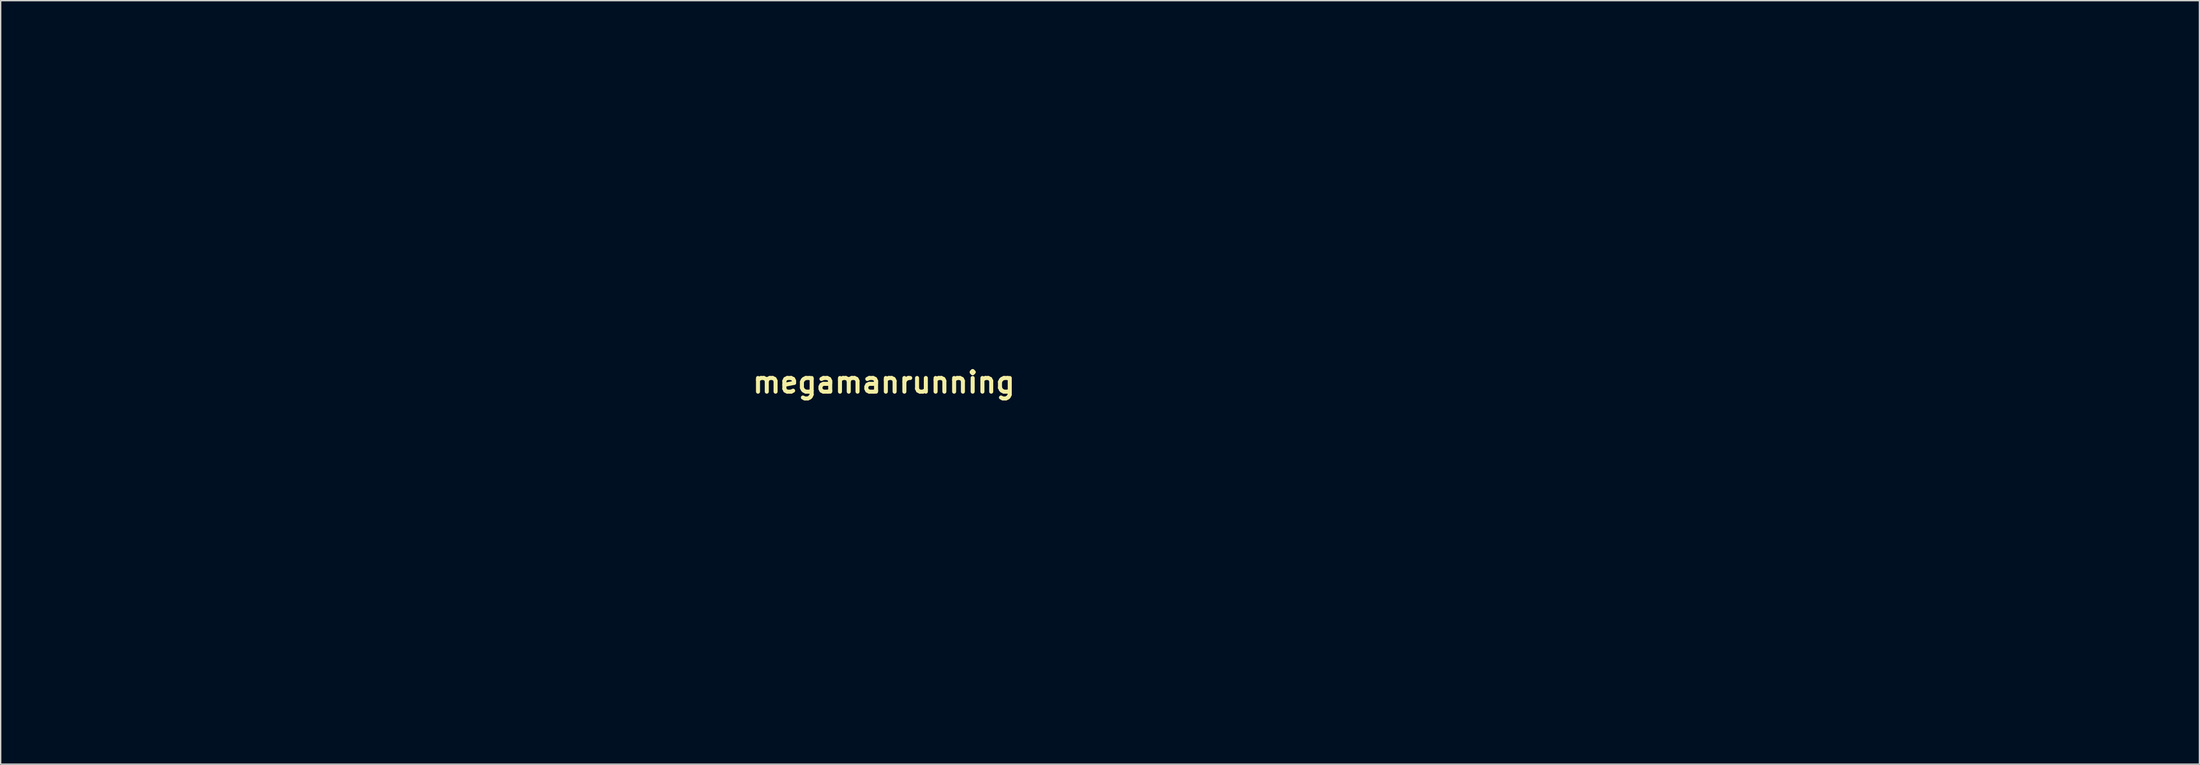
<source format=kicad_pcb>
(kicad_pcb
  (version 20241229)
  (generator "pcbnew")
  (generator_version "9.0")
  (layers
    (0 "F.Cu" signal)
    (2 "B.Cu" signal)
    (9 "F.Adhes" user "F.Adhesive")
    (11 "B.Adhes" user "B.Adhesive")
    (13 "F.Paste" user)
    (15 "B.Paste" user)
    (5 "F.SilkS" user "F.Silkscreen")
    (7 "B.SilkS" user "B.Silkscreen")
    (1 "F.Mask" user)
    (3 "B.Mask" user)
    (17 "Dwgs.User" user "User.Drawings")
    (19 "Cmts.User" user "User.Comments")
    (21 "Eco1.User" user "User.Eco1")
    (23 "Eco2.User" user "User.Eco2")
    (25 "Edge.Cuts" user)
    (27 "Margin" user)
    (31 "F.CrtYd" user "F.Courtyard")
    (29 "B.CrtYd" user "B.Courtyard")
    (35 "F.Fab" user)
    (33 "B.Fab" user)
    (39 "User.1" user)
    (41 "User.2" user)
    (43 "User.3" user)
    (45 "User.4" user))
  (footprint "megamanrunning"
    (layer "F.Cu")
    (at 62.689 25.4)
    (property "Reference" "megamanrunning" (at 0 0 0) (layer "F.SilkS") (effects (font (size 1.524 1.524) (thickness 0.3))))
    (attr board_only exclude_from_pos_files exclude_from_bom)
    (fp_poly (pts (xy -55.934 6.35) (xy -56.069 6.485) (xy -56.204 6.35) (xy -56.069 6.215)) (stroke (width 0) (type solid)) (fill yes) (layer "F.Mask"))
    (fp_poly (pts (xy -53.772 -14.727) (xy -53.907 -14.591) (xy -54.043 -14.727) (xy -53.907 -14.862)) (stroke (width 0) (type solid)) (fill yes) (layer "F.Mask"))
    (fp_poly (pts (xy -50.53 5.81) (xy -50.665 5.945) (xy -50.8 5.81) (xy -50.665 5.674)) (stroke (width 0) (type solid)) (fill yes) (layer "F.Mask"))
    (fp_poly (pts (xy -47.557 -2.027) (xy -47.693 -1.891) (xy -47.828 -2.027) (xy -47.693 -2.162)) (stroke (width 0) (type solid)) (fill yes) (layer "F.Mask"))
    (fp_poly (pts (xy -46.747 -2.027) (xy -46.882 -1.891) (xy -47.017 -2.027) (xy -46.882 -2.162)) (stroke (width 0) (type solid)) (fill yes) (layer "F.Mask"))
    (fp_poly (pts (xy -46.206 -2.027) (xy -46.341 -1.891) (xy -46.477 -2.027) (xy -46.341 -2.162)) (stroke (width 0) (type solid)) (fill yes) (layer "F.Mask"))
    (fp_poly (pts (xy -46.206 -1.486) (xy -46.341 -1.351) (xy -46.477 -1.486) (xy -46.341 -1.621)) (stroke (width 0) (type solid)) (fill yes) (layer "F.Mask"))
    (fp_poly (pts (xy -28.102 18.374) (xy -30.264 18.374) (xy -30.264 16.213) (xy -28.102 16.213)) (stroke (width 0) (type solid)) (fill yes) (layer "F.Mask"))
    (fp_poly (pts (xy -25.67 -4.864) (xy -27.832 -4.864) (xy -27.832 -7.026) (xy -25.67 -7.026)) (stroke (width 0) (type solid)) (fill yes) (layer "F.Mask"))
    (fp_poly (pts (xy 3.513 -18.374) (xy 1.351 -18.374) (xy 1.351 -20.536) (xy 3.513 -20.536)) (stroke (width 0) (type solid)) (fill yes) (layer "F.Mask"))
    (fp_poly (pts (xy 12.7 -18.374) (xy 10.268 -18.374) (xy 10.268 -20.536) (xy 12.7 -20.536)) (stroke (width 0) (type solid)) (fill yes) (layer "F.Mask"))
    (fp_poly (pts (xy 22.428 15.267) (xy 22.293 15.402) (xy 22.157 15.267) (xy 22.293 15.132)) (stroke (width 0) (type solid)) (fill yes) (layer "F.Mask"))
    (fp_poly (pts (xy 24.319 9.863) (xy 24.184 9.998) (xy 24.049 9.863) (xy 24.184 9.728)) (stroke (width 0) (type solid)) (fill yes) (layer "F.Mask"))
    (fp_poly (pts (xy 24.589 7.161) (xy 24.454 7.296) (xy 24.319 7.161) (xy 24.454 7.026)) (stroke (width 0) (type solid)) (fill yes) (layer "F.Mask"))
    (fp_poly (pts (xy 25.13 7.161) (xy 24.995 7.296) (xy 24.86 7.161) (xy 24.995 7.026)) (stroke (width 0) (type solid)) (fill yes) (layer "F.Mask"))
    (fp_poly (pts (xy 25.13 18.51) (xy 24.995 18.645) (xy 24.86 18.51) (xy 24.995 18.374)) (stroke (width 0) (type solid)) (fill yes) (layer "F.Mask"))
    (fp_poly (pts (xy 25.94 -13.376) (xy 25.805 -13.24) (xy 25.67 -13.376) (xy 25.805 -13.511)) (stroke (width 0) (type solid)) (fill yes) (layer "F.Mask"))
    (fp_poly (pts (xy 26.751 9.863) (xy 26.616 9.998) (xy 26.481 9.863) (xy 26.616 9.728)) (stroke (width 0) (type solid)) (fill yes) (layer "F.Mask"))
    (fp_poly (pts (xy 30.264 9.052) (xy 30.129 9.187) (xy 29.994 9.052) (xy 30.129 8.917)) (stroke (width 0) (type solid)) (fill yes) (layer "F.Mask"))
    (fp_poly (pts (xy 35.938 -12.835) (xy 35.803 -12.7) (xy 35.668 -12.835) (xy 35.803 -12.97)) (stroke (width 0) (type solid)) (fill yes) (layer "F.Mask"))
    (fp_poly (pts (xy 36.479 -13.376) (xy 36.344 -13.24) (xy 36.209 -13.376) (xy 36.344 -13.511)) (stroke (width 0) (type solid)) (fill yes) (layer "F.Mask"))
    (fp_poly (pts (xy 37.83 -6.215) (xy 33.506 -6.215) (xy 33.506 -10.268) (xy 37.83 -10.268)) (stroke (width 0) (type solid)) (fill yes) (layer "F.Mask"))
    (fp_poly (pts (xy 41.613 -11.754) (xy 41.478 -11.619) (xy 41.343 -11.754) (xy 41.478 -11.889)) (stroke (width 0) (type solid)) (fill yes) (layer "F.Mask"))
    (fp_poly (pts (xy 41.613 -10.944) (xy 41.478 -10.809) (xy 41.343 -10.944) (xy 41.478 -11.079)) (stroke (width 0) (type solid)) (fill yes) (layer "F.Mask"))
    (fp_poly (pts (xy 62.96 -4.053) (xy 58.366 -4.053) (xy 58.366 -8.647) (xy 62.96 -8.647)) (stroke (width 0) (type solid)) (fill yes) (layer "F.Mask"))
    (fp_poly (pts (xy -56.02 -10.319) (xy -55.987 -9.896) (xy -56.041 -9.801) (xy -56.164 -9.881) (xy -56.183 -10.155) (xy -56.117 -10.444)) (stroke (width 0) (type solid)) (fill yes) (layer "F.Mask"))
    (fp_poly (pts (xy -47.648 -0.991) (xy -47.615 -0.67) (xy -47.648 -0.63) (xy -47.808 -0.668) (xy -47.828 -0.811) (xy -47.729 -1.033)) (stroke (width 0) (type solid)) (fill yes) (layer "F.Mask"))
    (fp_poly (pts (xy -47.377 -1.531) (xy -47.414 -1.371) (xy -47.557 -1.351) (xy -47.78 -1.45) (xy -47.738 -1.531) (xy -47.417 -1.564)) (stroke (width 0) (type solid)) (fill yes) (layer "F.Mask"))
    (fp_poly (pts (xy -46.296 3.333) (xy -46.264 3.653) (xy -46.296 3.693) (xy -46.457 3.656) (xy -46.477 3.513) (xy -46.378 3.29)) (stroke (width 0) (type solid)) (fill yes) (layer "F.Mask"))
    (fp_poly (pts (xy -44.929 1.458) (xy -45.009 1.581) (xy -45.283 1.6) (xy -45.571 1.534) (xy -45.446 1.437) (xy -45.024 1.404)) (stroke (width 0) (type solid)) (fill yes) (layer "F.Mask"))
    (fp_poly (pts (xy -24.522 13.84) (xy -21.212 13.916) (xy -21.128 14.929) (xy -21.044 15.943) (xy -27.832 15.943) (xy -27.832 13.764)) (stroke (width 0) (type solid)) (fill yes) (layer "F.Mask"))
    (fp_poly (pts (xy -19.812 16.264) (xy -18.817 16.348) (xy -18.839 18.51) (xy -18.862 20.671) (xy -20.806 20.839) (xy -20.806 16.18)) (stroke (width 0) (type solid)) (fill yes) (layer "F.Mask"))
    (fp_poly (pts (xy 37.087 -12.879) (xy 37.121 -12.78) (xy 36.749 -12.743) (xy 36.365 -12.785) (xy 36.411 -12.879) (xy 36.964 -12.915)) (stroke (width 0) (type solid)) (fill yes) (layer "F.Mask"))
    (fp_poly (pts (xy -60.341 -6.147) (xy -60.299 -5.462) (xy -60.341 -5.202) (xy -60.42 -5.117) (xy -60.462 -5.491) (xy -60.465 -5.674) (xy -60.437 -6.166) (xy -60.367 -6.224)) (stroke (width 0) (type solid)) (fill yes) (layer "F.Mask"))
    (fp_poly (pts (xy -59.374 -0.177) (xy -59.365 -0.089) (xy -59.788 -0.052) (xy -59.852 -0.053) (xy -60.271 -0.092) (xy -60.231 -0.174) (xy -60.185 -0.187) (xy -59.596 -0.227)) (stroke (width 0) (type solid)) (fill yes) (layer "F.Mask"))
    (fp_poly (pts (xy -55.683 7.283) (xy -55.664 7.431) (xy -55.835 7.884) (xy -55.934 7.971) (xy -56.133 7.874) (xy -56.204 7.431) (xy -56.12 6.961) (xy -55.934 6.89)) (stroke (width 0) (type solid)) (fill yes) (layer "F.Mask"))
    (fp_poly (pts (xy -55.672 -9.252) (xy -55.664 -9.187) (xy -55.869 -8.925) (xy -55.934 -8.917) (xy -56.196 -9.123) (xy -56.204 -9.187) (xy -55.999 -9.45) (xy -55.934 -9.457)) (stroke (width 0) (type solid)) (fill yes) (layer "F.Mask"))
    (fp_poly (pts (xy -46.209 -0.872) (xy -46.206 -0.811) (xy -46.414 -0.551) (xy -46.493 -0.54) (xy -46.654 -0.706) (xy -46.612 -0.811) (xy -46.369 -1.068) (xy -46.326 -1.081)) (stroke (width 0) (type solid)) (fill yes) (layer "F.Mask"))
    (fp_poly (pts (xy -45.076 0.212) (xy -44.87 0.556) (xy -44.896 0.671) (xy -45.178 0.663) (xy -45.216 0.63) (xy -45.394 0.215) (xy -45.396 0.171) (xy -45.259 0.071)) (stroke (width 0) (type solid)) (fill yes) (layer "F.Mask"))
    (fp_poly (pts (xy -35.601 18.376) (xy -34.537 18.405) (xy -33.261 18.478) (xy -32.358 18.551) (xy -30.534 18.723) (xy -30.534 20.536) (xy -37.019 20.536) (xy -37.019 18.374)) (stroke (width 0) (type solid)) (fill yes) (layer "F.Mask"))
    (fp_poly (pts (xy 13.713 6.807) (xy 14.382 6.905) (xy 14.686 7.167) (xy 14.799 7.766) (xy 14.81 7.904) (xy 14.894 8.917) (xy 12.7 8.917) (xy 12.7 6.723)) (stroke (width 0) (type solid)) (fill yes) (layer "F.Mask"))
    (fp_poly (pts (xy 14.81 12.632) (xy 14.712 13.301) (xy 14.451 13.605) (xy 13.851 13.718) (xy 13.713 13.73) (xy 12.7 13.813) (xy 12.7 11.619) (xy 14.894 11.619)) (stroke (width 0) (type solid)) (fill yes) (layer "F.Mask"))
    (fp_poly (pts (xy 26.937 -9.93) (xy 26.979 -9.245) (xy 26.937 -8.985) (xy 26.859 -8.9) (xy 26.816 -9.274) (xy 26.814 -9.457) (xy 26.842 -9.949) (xy 26.912 -10.007)) (stroke (width 0) (type solid)) (fill yes) (layer "F.Mask"))
    (fp_poly (pts (xy 28.848 -10.724) (xy 28.912 -10.651) (xy 28.523 -10.61) (xy 28.237 -10.606) (xy 27.714 -10.633) (xy 27.635 -10.694) (xy 27.768 -10.729) (xy 28.472 -10.773)) (stroke (width 0) (type solid)) (fill yes) (layer "F.Mask"))
    (fp_poly (pts (xy -51.382 -16.033) (xy -51.23 -15.659) (xy -51.405 -15.337) (xy -51.466 -15.308) (xy -51.892 -15.277) (xy -51.99 -15.331) (xy -52.154 -15.748) (xy -52.003 -16.124) (xy -51.775 -16.213)) (stroke (width 0) (type solid)) (fill yes) (layer "F.Mask"))
    (fp_poly (pts (xy -58.124 4.171) (xy -57.985 4.512) (xy -57.984 5.09) (xy -58.097 5.633) (xy -58.268 5.867) (xy -58.415 5.694) (xy -58.431 5.139) (xy -58.418 5.006) (xy -58.301 4.414) (xy -58.153 4.165)) (stroke (width 0) (type solid)) (fill yes) (layer "F.Mask"))
    (fp_poly (pts (xy -53.573 23.473) (xy -53.502 24.039) (xy -53.502 24.049) (xy -53.609 24.66) (xy -53.861 24.86) (xy -54.107 24.647) (xy -54.1 24.049) (xy -53.947 23.48) (xy -53.745 23.238) (xy -53.742 23.238)) (stroke (width 0) (type solid)) (fill yes) (layer "F.Mask"))
    (fp_poly (pts (xy -11.941 -24.387) (xy -12.024 -23.373) (xy -14.254 -23.295) (xy -16.483 -23.216) (xy -16.483 -21.077) (xy -23.238 -21.077) (xy -23.238 -22.968) (xy -18.645 -22.968) (xy -18.645 -25.4) (xy -11.857 -25.4)) (stroke (width 0) (type solid)) (fill yes) (layer "F.Mask"))
    (fp_poly (pts (xy -52.67 9.067) (xy -52.645 9.081) (xy -52.44 9.442) (xy -52.421 9.608) (xy -52.653 9.903) (xy -53.359 9.998) (xy -53.993 9.938) (xy -54.177 9.732) (xy -54.15 9.619) (xy -53.783 9.255) (xy -53.19 9.035)) (stroke (width 0) (type solid)) (fill yes) (layer "F.Mask"))
    (fp_poly (pts (xy -47.345 8.373) (xy -47.001 8.377) (xy -46.627 8.481) (xy -46.612 8.647) (xy -46.94 8.847) (xy -47.441 8.911) (xy -47.887 8.843) (xy -48.051 8.646) (xy -48.046 8.627) (xy -47.814 8.363) (xy -47.753 8.356)) (stroke (width 0) (type solid)) (fill yes) (layer "F.Mask"))
    (fp_poly (pts (xy -26.819 -2.381) (xy -26.169 -2.294) (xy -25.881 -2.066) (xy -25.808 -1.53) (xy -25.805 -1.216) (xy -25.836 -0.521) (xy -26.027 -0.198) (xy -26.524 -0.078) (xy -26.819 -0.051) (xy -27.832 0.033) (xy -27.832 -2.465)) (stroke (width 0) (type solid)) (fill yes) (layer "F.Mask"))
    (fp_poly (pts (xy -26.742 -18.439) (xy -26.624 -18.427) (xy -25.67 -18.315) (xy -25.67 -14.051) (xy -27.832 -14.051) (xy -27.832 -16.168) (xy -27.817 -17.181) (xy -27.777 -17.966) (xy -27.72 -18.382) (xy -27.705 -18.411) (xy -27.378 -18.467)) (stroke (width 0) (type solid)) (fill yes) (layer "F.Mask"))
    (fp_poly (pts (xy -24.405 -20.755) (xy -23.748 -20.657) (xy -23.466 -20.403) (xy -23.394 -19.826) (xy -23.392 -19.726) (xy -23.42 -19.103) (xy -23.644 -18.819) (xy -24.219 -18.711) (xy -24.387 -18.696) (xy -25.4 -18.612) (xy -25.4 -20.839)) (stroke (width 0) (type solid)) (fill yes) (layer "F.Mask"))
    (fp_poly (pts (xy -23.81 4.764) (xy -23.497 4.971) (xy -23.378 5.505) (xy -23.355 5.742) (xy -23.264 6.755) (xy -25.703 6.755) (xy -25.619 5.742) (xy -25.529 5.085) (xy -25.293 4.799) (xy -24.739 4.73) (xy -24.491 4.729)) (stroke (width 0) (type solid)) (fill yes) (layer "F.Mask"))
    (fp_poly (pts (xy 0.623 16.12) (xy 0.908 16.352) (xy 1.016 16.936) (xy 1.03 17.091) (xy 1.113 18.104) (xy -1.113 18.104) (xy -1.03 17.091) (xy -0.936 16.427) (xy -0.695 16.143) (xy -0.145 16.078) (xy 0 16.078)) (stroke (width 0) (type solid)) (fill yes) (layer "F.Mask"))
    (fp_poly (pts (xy 1.294 -16.01) (xy 1.373 -13.781) (xy 0.273 -13.781) (xy -0.532 -13.869) (xy -0.95 -14.11) (xy -0.968 -14.145) (xy -1.027 -14.587) (xy -1.048 -15.393) (xy -1.027 -16.375) (xy -0.946 -18.239) (xy 1.216 -18.239)) (stroke (width 0) (type solid)) (fill yes) (layer "F.Mask"))
    (fp_poly (pts (xy 14.81 -24.116) (xy 14.727 -23.103) (xy 12.497 -23.025) (xy 10.268 -22.946) (xy 10.268 -20.536) (xy 3.513 -20.536) (xy 3.513 -22.968) (xy 8.433 -22.968) (xy 8.33 -24.049) (xy 8.227 -25.13) (xy 14.894 -25.13)) (stroke (width 0) (type solid)) (fill yes) (layer "F.Mask"))
    (fp_poly (pts (xy 14.862 0) (xy 8.106 0) (xy 8.106 -2.141) (xy 10.471 -2.219) (xy 12.835 -2.297) (xy 12.843 -3.107) (xy 12.905 -3.647) (xy 13.181 -3.897) (xy 13.832 -4) (xy 13.857 -4.002) (xy 14.862 -4.086)) (stroke (width 0) (type solid)) (fill yes) (layer "F.Mask"))
    (fp_poly (pts (xy 27.104 -20.629) (xy 27.389 -20.397) (xy 27.497 -19.813) (xy 27.51 -19.658) (xy 27.594 -18.645) (xy 25.367 -18.645) (xy 25.451 -19.658) (xy 25.545 -20.322) (xy 25.786 -20.606) (xy 26.336 -20.671) (xy 26.481 -20.671)) (stroke (width 0) (type solid)) (fill yes) (layer "F.Mask"))
    (fp_poly (pts (xy 33.46 -12.907) (xy 33.574 -12.898) (xy 33.843 -12.853) (xy 33.625 -12.818) (xy 32.972 -12.798) (xy 32.426 -12.794) (xy 31.549 -12.805) (xy 31.076 -12.832) (xy 31.061 -12.872) (xy 31.277 -12.898) (xy 32.353 -12.94)) (stroke (width 0) (type solid)) (fill yes) (layer "F.Mask"))
    (fp_poly (pts (xy -61.334 -2.379) (xy -61.111 -2.112) (xy -61.068 -1.486) (xy -61.113 -0.851) (xy -61.342 -0.59) (xy -61.879 -0.54) (xy -62.423 -0.593) (xy -62.647 -0.861) (xy -62.689 -1.486) (xy -62.644 -2.122) (xy -62.415 -2.382) (xy -61.879 -2.432)) (stroke (width 0) (type solid)) (fill yes) (layer "F.Mask"))
    (fp_poly (pts (xy -59.71 2.281) (xy -59.514 2.332) (xy -59.01 2.681) (xy -58.906 3.139) (xy -59 3.601) (xy -59.389 3.769) (xy -59.717 3.783) (xy -60.291 3.716) (xy -60.503 3.4) (xy -60.528 2.972) (xy -60.486 2.396) (xy -60.263 2.196)) (stroke (width 0) (type solid)) (fill yes) (layer "F.Mask"))
    (fp_poly (pts (xy -56.925 -8.455) (xy -56.765 -8.1) (xy -56.745 -7.656) (xy -56.806 -7.031) (xy -57.058 -6.785) (xy -57.353 -6.755) (xy -57.778 -6.846) (xy -57.93 -7.223) (xy -57.935 -7.613) (xy -57.834 -8.238) (xy -57.511 -8.487) (xy -57.327 -8.514)) (stroke (width 0) (type solid)) (fill yes) (layer "F.Mask"))
    (fp_poly (pts (xy -32.776 -4.089) (xy -32.696 -3.523) (xy -32.696 -3.513) (xy -32.774 -2.944) (xy -32.963 -2.702) (xy -32.966 -2.702) (xy -33.156 -2.937) (xy -33.236 -3.503) (xy -33.236 -3.513) (xy -33.158 -4.082) (xy -32.969 -4.323) (xy -32.966 -4.323)) (stroke (width 0) (type solid)) (fill yes) (layer "F.Mask"))
    (fp_poly (pts (xy 19.595 -12.787) (xy 19.452 -12.07) (xy 19.264 -11.597) (xy 19.233 -11.559) (xy 18.865 -11.455) (xy 18.111 -11.398) (xy 17.127 -11.399) (xy 16.997 -11.404) (xy 14.997 -11.484) (xy 14.914 -12.632) (xy 14.831 -13.781) (xy 19.722 -13.781)) (stroke (width 0) (type solid)) (fill yes) (layer "F.Mask"))
    (fp_poly (pts (xy -53.605 -2.223) (xy -53.502 -1.56) (xy -53.502 -1.502) (xy -53.589 -0.756) (xy -53.816 -0.376) (xy -54.13 -0.448) (xy -54.14 -0.458) (xy -54.258 -0.823) (xy -54.312 -1.476) (xy -54.313 -1.531) (xy -54.216 -2.213) (xy -53.91 -2.432) (xy -53.907 -2.432)) (stroke (width 0) (type solid)) (fill yes) (layer "F.Mask"))
    (fp_poly (pts (xy -48.68 -4.251) (xy -48.48 -3.92) (xy -48.458 -3.513) (xy -48.558 -2.923) (xy -48.796 -2.702) (xy -49.343 -2.609) (xy -49.562 -2.538) (xy -49.85 -2.535) (xy -49.972 -2.894) (xy -49.989 -3.349) (xy -49.946 -3.998) (xy -49.732 -4.269) (xy -49.224 -4.323)) (stroke (width 0) (type solid)) (fill yes) (layer "F.Mask"))
    (fp_poly (pts (xy 17.023 -21.768) (xy 17.004 -21.015) (xy 16.871 -20.656) (xy 16.511 -20.544) (xy 16.069 -20.536) (xy 15.336 -20.641) (xy 14.968 -20.919) (xy 14.888 -21.462) (xy 14.909 -22.067) (xy 15.039 -22.583) (xy 15.383 -22.824) (xy 16.01 -22.917) (xy 17.023 -23.001)) (stroke (width 0) (type solid)) (fill yes) (layer "F.Mask"))
    (fp_poly (pts (xy -54.851 21.135) (xy -54.628 21.368) (xy -54.583 21.981) (xy -54.583 22.018) (xy -54.635 22.662) (xy -54.862 22.926) (xy -55.213 22.968) (xy -55.781 22.898) (xy -56.024 22.788) (xy -56.16 22.407) (xy -56.204 21.9) (xy -56.112 21.384) (xy -55.727 21.17) (xy -55.394 21.13)) (stroke (width 0) (type solid)) (fill yes) (layer "F.Mask"))
    (fp_poly (pts (xy -7.296 -18.318) (xy -5.134 -18.524) (xy -5.134 -16.5) (xy -8.444 -16.424) (xy -11.754 -16.348) (xy -11.837 -15.199) (xy -11.914 -14.48) (xy -12.105 -14.149) (xy -12.561 -14.056) (xy -12.986 -14.051) (xy -14.051 -14.051) (xy -14.051 -18.645) (xy -9.457 -18.645) (xy -9.457 -20.806) (xy -7.296 -20.806)) (stroke (width 0) (type solid)) (fill yes) (layer "F.Mask"))
    (fp_poly (pts (xy -58.167 17.69) (xy -58.157 17.766) (xy -58.023 18.378) (xy -57.702 18.615) (xy -57.312 18.645) (xy -56.803 18.708) (xy -56.585 19.006) (xy -56.526 19.59) (xy -56.539 20.211) (xy -56.742 20.475) (xy -57.293 20.536) (xy -57.496 20.537) (xy -58.501 20.537) (xy -58.377 18.713) (xy -58.304 17.904) (xy -58.231 17.55)) (stroke (width 0) (type solid)) (fill yes) (layer "F.Mask"))
    (fp_poly (pts (xy -51.532 -8.541) (xy -51.406 -8.157) (xy -51.35 -7.398) (xy -51.34 -6.62) (xy -51.362 -5.551) (xy -51.438 -4.924) (xy -51.59 -4.64) (xy -51.746 -4.594) (xy -51.96 -4.7) (xy -52.085 -5.083) (xy -52.142 -5.842) (xy -52.151 -6.62) (xy -52.13 -7.689) (xy -52.053 -8.317) (xy -51.901 -8.6) (xy -51.746 -8.647)) (stroke (width 0) (type solid)) (fill yes) (layer "F.Mask"))
    (fp_poly (pts (xy -50.295 0.012) (xy -50.26 0.644) (xy -50.345 1.342) (xy -50.578 1.624) (xy -50.597 1.625) (xy -51.119 1.695) (xy -51.543 1.792) (xy -51.946 1.841) (xy -52.116 1.61) (xy -52.151 0.977) (xy -52.065 0.279) (xy -51.833 -0.002) (xy -51.813 -0.004) (xy -51.292 -0.073) (xy -50.868 -0.17) (xy -50.465 -0.22)) (stroke (width 0) (type solid)) (fill yes) (layer "F.Mask"))
    (fp_poly (pts (xy -49.624 10.288) (xy -49.135 10.374) (xy -48.938 10.569) (xy -48.909 10.809) (xy -48.968 11.11) (xy -49.228 11.273) (xy -49.812 11.339) (xy -50.53 11.349) (xy -51.435 11.329) (xy -51.925 11.243) (xy -52.121 11.048) (xy -52.151 10.809) (xy -52.092 10.507) (xy -51.832 10.344) (xy -51.248 10.278) (xy -50.53 10.268)) (stroke (width 0) (type solid)) (fill yes) (layer "F.Mask"))
    (fp_poly (pts (xy -46.612 11.754) (xy -46.533 13.814) (xy -46.504 14.861) (xy -46.535 15.49) (xy -46.656 15.824) (xy -46.896 15.985) (xy -47.074 16.04) (xy -47.734 16.167) (xy -48.341 16.21) (xy -48.667 16.155) (xy -48.674 16.145) (xy -48.696 15.863) (xy -48.72 15.172) (xy -48.744 14.201) (xy -48.751 13.836) (xy -48.791 11.594)) (stroke (width 0) (type solid)) (fill yes) (layer "F.Mask"))
    (fp_poly (pts (xy -21.226 6.974) (xy -21.203 6.989) (xy -21.122 7.316) (xy -21.079 7.968) (xy -21.077 8.16) (xy -21.077 9.187) (xy -22.157 9.187) (xy -22.849 9.161) (xy -23.157 8.98) (xy -23.236 8.493) (xy -23.238 8.136) (xy -23.202 7.45) (xy -22.995 7.129) (xy -22.476 6.997) (xy -22.284 6.973) (xy -21.618 6.932)) (stroke (width 0) (type solid)) (fill yes) (layer "F.Mask"))
    (fp_poly (pts (xy -14.102 -19.793) (xy -14.202 -19.123) (xy -14.462 -18.819) (xy -15.047 -18.708) (xy -15.142 -18.699) (xy -15.813 -18.682) (xy -16.213 -18.743) (xy -16.237 -18.759) (xy -16.301 -19.094) (xy -16.277 -19.736) (xy -16.265 -19.852) (xy -16.154 -20.467) (xy -15.899 -20.738) (xy -15.328 -20.805) (xy -15.086 -20.806) (xy -14.018 -20.806)) (stroke (width 0) (type solid)) (fill yes) (layer "F.Mask"))
    (fp_poly (pts (xy -10.04 -22.926) (xy -9.78 -22.69) (xy -9.728 -22.094) (xy -9.728 -22.022) (xy -9.769 -21.388) (xy -10.005 -21.129) (xy -10.601 -21.077) (xy -10.673 -21.077) (xy -11.307 -21.118) (xy -11.567 -21.354) (xy -11.619 -21.95) (xy -11.619 -22.022) (xy -11.577 -22.656) (xy -11.341 -22.916) (xy -10.745 -22.968) (xy -10.673 -22.968)) (stroke (width 0) (type solid)) (fill yes) (layer "F.Mask"))
    (fp_poly (pts (xy 39.409 -22.656) (xy 39.669 -22.42) (xy 39.721 -21.824) (xy 39.721 -21.752) (xy 39.679 -21.118) (xy 39.443 -20.858) (xy 38.848 -20.807) (xy 38.776 -20.806) (xy 38.142 -20.848) (xy 37.882 -21.084) (xy 37.83 -21.68) (xy 37.83 -21.752) (xy 37.872 -22.386) (xy 38.108 -22.646) (xy 38.704 -22.698) (xy 38.776 -22.698)) (stroke (width 0) (type solid)) (fill yes) (layer "F.Mask"))
    (fp_poly (pts (xy -44.721 9.257) (xy -44.284 9.541) (xy -44.183 10.151) (xy -44.246 10.741) (xy -44.379 11.312) (xy -44.666 11.56) (xy -45.285 11.619) (xy -45.426 11.619) (xy -46.115 11.576) (xy -46.416 11.388) (xy -46.48 11.011) (xy -46.557 10.229) (xy -46.647 9.795) (xy -46.701 9.422) (xy -46.515 9.244) (xy -45.966 9.19) (xy -45.591 9.187)) (stroke (width 0) (type solid)) (fill yes) (layer "F.Mask"))
    (fp_poly (pts (xy -23.657 -4.734) (xy -23.523 -4.313) (xy -23.509 -3.648) (xy -23.53 -2.901) (xy -23.666 -2.547) (xy -24.026 -2.439) (xy -24.409 -2.432) (xy -25.077 -2.481) (xy -25.478 -2.601) (xy -25.49 -2.612) (xy -25.616 -2.985) (xy -25.67 -3.635) (xy -25.67 -3.659) (xy -25.595 -4.283) (xy -25.26 -4.58) (xy -24.826 -4.695) (xy -24.045 -4.825)) (stroke (width 0) (type solid)) (fill yes) (layer "F.Mask"))
    (fp_poly (pts (xy 12.044 9.214) (xy 12.35 9.397) (xy 12.427 9.889) (xy 12.43 10.237) (xy 12.388 10.928) (xy 12.18 11.256) (xy 11.687 11.396) (xy 11.625 11.406) (xy 10.986 11.443) (xy 10.612 11.369) (xy 10.461 11.021) (xy 10.354 10.359) (xy 10.342 10.201) (xy 10.329 9.551) (xy 10.496 9.263) (xy 10.989 9.19) (xy 11.355 9.187)) (stroke (width 0) (type solid)) (fill yes) (layer "F.Mask"))
    (fp_poly (pts (xy 22.973 8.189) (xy 23.185 8.533) (xy 23.284 9.182) (xy 23.275 10.015) (xy 23.036 10.391) (xy 23.02 10.398) (xy 22.394 10.522) (xy 21.717 10.511) (xy 21.269 10.37) (xy 21.257 10.358) (xy 21.131 9.986) (xy 21.077 9.334) (xy 21.077 9.306) (xy 21.207 8.594) (xy 21.659 8.219) (xy 22.524 8.106) (xy 22.556 8.106)) (stroke (width 0) (type solid)) (fill yes) (layer "F.Mask"))
    (fp_poly (pts (xy -47.081 1.915) (xy -46.488 2) (xy -46.236 2.166) (xy -46.206 2.297) (xy -46.28 2.657) (xy -46.341 2.702) (xy -46.47 2.489) (xy -46.477 2.394) (xy -46.697 2.223) (xy -47.382 2.186) (xy -48.098 2.234) (xy -48.981 2.274) (xy -49.629 2.23) (xy -49.87 2.136) (xy -49.702 2.015) (xy -49.107 1.928) (xy -48.201 1.892) (xy -48.114 1.891)) (stroke (width 0) (type solid)) (fill yes) (layer "F.Mask"))
    (fp_poly (pts (xy 14.862 -6.248) (xy 15.875 -6.164) (xy 16.539 -6.07) (xy 16.823 -5.829) (xy 16.888 -5.279) (xy 16.888 -5.134) (xy 16.846 -4.511) (xy 16.614 -4.226) (xy 16.03 -4.118) (xy 15.875 -4.104) (xy 15.198 -4.116) (xy 14.872 -4.265) (xy 14.862 -4.307) (xy 14.603 -4.46) (xy 13.87 -4.558) (xy 12.727 -4.594) (xy 12.7 -4.594) (xy 10.538 -4.594) (xy 10.538 -9.187) (xy 14.862 -9.187)) (stroke (width 0) (type solid)) (fill yes) (layer "F.Mask"))
    (fp_poly (pts (xy -52.725 -14.827) (xy -52.57 -14.663) (xy -52.479 -14.274) (xy -52.435 -13.567) (xy -52.422 -12.45) (xy -52.421 -11.889) (xy -52.436 -10.53) (xy -52.486 -9.633) (xy -52.581 -9.125) (xy -52.73 -8.927) (xy -52.787 -8.917) (xy -53.007 -9.11) (xy -53.178 -9.725) (xy -53.313 -10.818) (xy -53.327 -10.984) (xy -53.447 -12.511) (xy -53.5 -13.579) (xy -53.479 -14.269) (xy -53.377 -14.659) (xy -53.185 -14.83) (xy -52.962 -14.862)) (stroke (width 0) (type solid)) (fill yes) (layer "F.Mask"))
    (fp_poly (pts (xy 38.237 -11.671) (xy 38.288 -11.436) (xy 38.424 -11.105) (xy 38.756 -10.894) (xy 39.41 -10.751) (xy 40.143 -10.662) (xy 41.883 -10.475) (xy 41.883 -8.773) (xy 41.908 -7.806) (xy 41.973 -7.019) (xy 42.047 -6.642) (xy 42.054 -6.367) (xy 41.722 -6.241) (xy 41.101 -6.215) (xy 39.991 -6.215) (xy 39.991 -10.538) (xy 39.046 -10.538) (xy 38.413 -10.583) (xy 38.162 -10.801) (xy 38.137 -11.281) (xy 38.175 -11.734)) (stroke (width 0) (type solid)) (fill yes) (layer "F.Mask"))
    (fp_poly (pts (xy -21.562 20.975) (xy -21.275 21.174) (xy -21.161 21.692) (xy -21.129 22.09) (xy -21.046 23.238) (xy -4.864 23.238) (xy -4.864 21.077) (xy -2.702 21.077) (xy -2.702 25.4) (xy -12.844 25.4) (xy -15.531 25.397) (xy -17.725 25.386) (xy -19.471 25.367) (xy -20.815 25.337) (xy -21.803 25.294) (xy -22.482 25.238) (xy -22.897 25.166) (xy -23.096 25.076) (xy -23.125 25.035) (xy -23.185 24.594) (xy -23.206 23.788) (xy -23.184 22.806) (xy -23.103 20.941) (xy -22.157 20.941)) (stroke (width 0) (type solid)) (fill yes) (layer "F.Mask"))
    (fp_poly (pts (xy -39.16 -4.444) (xy -38.361 -4.407) (xy -35.515 -4.248) (xy -35.62 -3.353) (xy -35.724 -2.459) (xy -38.776 -2.463) (xy -40.008 -2.478) (xy -41.032 -2.516) (xy -41.733 -2.571) (xy -41.99 -2.629) (xy -42.119 -3.001) (xy -42.153 -3.423) (xy -42.312 -3.942) (xy -42.672 -4.089) (xy -43.061 -3.879) (xy -43.308 -3.329) (xy -43.311 -3.31) (xy -43.39 -2.835) (xy -43.431 -2.86) (xy -43.464 -3.404) (xy -43.464 -3.41) (xy -43.447 -3.944) (xy -43.234 -4.218) (xy -42.679 -4.362) (xy -42.356 -4.41) (xy -41.59 -4.461) (xy -40.465 -4.473)) (stroke (width 0) (type solid)) (fill yes) (layer "F.Mask"))
    (fp_poly (pts (xy -29.22 -13.927) (xy -29.083 -13.905) (xy -28.102 -13.721) (xy -28.102 -7.026) (xy -31.451 -7.026) (xy -32.922 -7.017) (xy -33.936 -6.97) (xy -34.58 -6.849) (xy -34.936 -6.619) (xy -35.091 -6.246) (xy -35.127 -5.696) (xy -35.128 -5.517) (xy -35.144 -5.172) (xy -35.264 -4.956) (xy -35.591 -4.838) (xy -36.23 -4.783) (xy -37.286 -4.759) (xy -37.526 -4.755) (xy -38.426 -4.78) (xy -39.079 -4.873) (xy -39.33 -4.999) (xy -39.417 -5.438) (xy -39.517 -6.129) (xy -39.521 -6.161) (xy -39.632 -7.053) (xy -37.717 -7.004) (xy -36.532 -6.977) (xy -35.782 -7.002) (xy -35.363 -7.124) (xy -35.17 -7.391) (xy -35.099 -7.849) (xy -35.076 -8.174) (xy -34.993 -9.322) (xy -33.277 -9.232) (xy -32.001 -9.179) (xy -31.174 -9.231) (xy -30.702 -9.463) (xy -30.495 -9.948) (xy -30.462 -10.763) (xy -30.489 -11.503) (xy -30.5 -12.526) (xy -30.449 -13.343) (xy -30.344 -13.8) (xy -30.321 -13.831) (xy -29.907 -13.955)) (stroke (width 0) (type solid)) (fill yes) (layer "F.Mask"))
    (fp_poly (pts (xy 37.56 -22.992) (xy 35.601 -22.912) (xy 33.641 -22.833) (xy 33.641 -21.887) (xy 33.685 -21.261) (xy 33.921 -20.977) (xy 34.514 -20.869) (xy 34.639 -20.859) (xy 35.302 -20.758) (xy 35.601 -20.489) (xy 35.712 -19.876) (xy 35.72 -19.778) (xy 35.803 -18.78) (xy 39.856 -18.78) (xy 39.94 -19.793) (xy 40.035 -20.457) (xy 40.275 -20.741) (xy 40.821 -20.806) (xy 40.954 -20.806) (xy 41.549 -20.773) (xy 41.813 -20.568) (xy 41.881 -20.036) (xy 41.883 -19.726) (xy 41.883 -18.645) (xy 44.045 -18.645) (xy 44.045 -16.483) (xy 37.83 -16.483) (xy 37.83 -14.591) (xy 39.991 -14.591) (xy 41.116 -14.575) (xy 41.798 -14.487) (xy 42.135 -14.27) (xy 42.224 -13.868) (xy 42.173 -13.308) (xy 42.374 -13.048) (xy 42.884 -12.933) (xy 43.387 -12.901) (xy 43.369 -12.854) (xy 42.964 -12.775) (xy 42.345 -12.59) (xy 42.032 -12.407) (xy 41.623 -12.271) (xy 40.857 -12.193) (xy 39.913 -12.17) (xy 38.971 -12.204) (xy 38.212 -12.295) (xy 37.855 -12.408) (xy 37.593 -12.827) (xy 37.5 -13.485) (xy 37.475 -14.024) (xy 37.258 -14.261) (xy 36.695 -14.32) (xy 36.461 -14.321) (xy 35.398 -14.321) (xy 35.398 -18.645) (xy 34.323 -18.645) (xy 33.636 -18.67) (xy 33.341 -18.842) (xy 33.292 -19.303) (xy 33.31 -19.625) (xy 33.371 -20.605) (xy 27.562 -20.506) (xy 27.562 -22.698) (xy 31.615 -22.698) (xy 31.615 -24.86) (xy 37.56 -24.86)) (stroke (width 0) (type solid)) (fill yes) (layer "F.Mask"))
    (fp_poly (pts (xy 17.077 15.319) (xy 17.159 16.888) (xy 18.194 16.973) (xy 19.23 17.059) (xy 19.141 16.028) (xy 19.052 14.997) (xy 20.132 14.997) (xy 20.827 15.028) (xy 21.149 15.219) (xy 21.269 15.717) (xy 21.296 16.01) (xy 21.379 17.023) (xy 20.282 17.023) (xy 19.579 17.059) (xy 19.264 17.228) (xy 19.186 17.623) (xy 19.185 17.699) (xy 19.272 18.207) (xy 19.439 18.374) (xy 19.622 18.613) (xy 19.758 19.206) (xy 19.777 19.388) (xy 19.875 20.055) (xy 20.121 20.346) (xy 20.666 20.425) (xy 20.743 20.428) (xy 21.468 20.5) (xy 21.83 20.75) (xy 21.942 21.314) (xy 21.934 21.887) (xy 21.891 22.968) (xy 31.345 22.968) (xy 31.345 22.022) (xy 31.377 21.419) (xy 31.576 21.149) (xy 32.098 21.079) (xy 32.437 21.077) (xy 33.53 21.077) (xy 33.451 23.036) (xy 33.371 24.995) (xy 17.543 25.064) (xy 14.668 25.074) (xy 11.955 25.077) (xy 9.451 25.074) (xy 7.206 25.066) (xy 5.267 25.052) (xy 3.683 25.032) (xy 2.5 25.008) (xy 1.768 24.98) (xy 1.533 24.952) (xy 1.445 24.61) (xy 1.38 23.879) (xy 1.351 22.908) (xy 1.351 22.788) (xy 1.351 20.806) (xy 2.432 20.806) (xy 3.124 20.834) (xy 3.431 21.013) (xy 3.51 21.49) (xy 3.513 21.82) (xy 3.513 22.833) (xy 11.146 22.772) (xy 18.78 22.712) (xy 18.863 21.92) (xy 18.945 21.128) (xy 16.701 20.965) (xy 15.518 20.879) (xy 14.425 20.801) (xy 13.627 20.744) (xy 13.523 20.737) (xy 12.937 20.661) (xy 12.663 20.437) (xy 12.575 19.904) (xy 12.563 19.523) (xy 12.536 18.374) (xy 14.84 18.374) (xy 14.918 16.145) (xy 14.997 13.916) (xy 15.996 13.833) (xy 16.996 13.75)) (stroke (width 0) (type solid)) (fill yes) (layer "F.Mask"))
    (fp_poly (pts (xy -42.292 -2.399) (xy -41.974 -2.202) (xy -41.856 -1.69) (xy -41.832 -1.419) (xy -41.748 -0.405) (xy -35.263 -0.405) (xy -35.128 -1.351) (xy -34.959 -2.014) (xy -34.616 -2.309) (xy -34.266 -2.381) (xy -33.809 -2.388) (xy -33.581 -2.179) (xy -33.48 -1.616) (xy -33.455 -1.3) (xy -33.371 -0.135) (xy -30.737 -0.058) (xy -28.102 0.02) (xy -28.102 4.594) (xy -30.264 4.594) (xy -30.264 2.131) (xy -31.412 2.214) (xy -32.134 2.293) (xy -32.478 2.496) (xy -32.606 2.984) (xy -32.643 3.429) (xy -32.725 4.561) (xy -31.594 4.645) (xy -30.463 4.729) (xy -30.431 6.835) (xy -30.427 7.9) (xy -30.475 8.545) (xy -30.602 8.887) (xy -30.837 9.045) (xy -30.971 9.084) (xy -31.688 9.164) (xy -32.051 9.14) (xy -32.381 9.177) (xy -32.573 9.512) (xy -32.696 10.267) (xy -32.696 10.268) (xy -32.806 11.017) (xy -33.007 11.385) (xy -33.439 11.527) (xy -33.844 11.568) (xy -34.857 11.652) (xy -34.857 9.187) (xy -35.964 9.187) (xy -36.718 9.129) (xy -37.095 8.908) (xy -37.211 8.647) (xy -37.408 8.144) (xy -37.587 8.136) (xy -37.729 8.578) (xy -37.814 9.423) (xy -37.83 10.133) (xy -37.83 12.16) (xy -39.451 12.16) (xy -39.451 8.106) (xy -40.515 8.106) (xy -41.185 8.136) (xy -41.521 8.326) (xy -41.683 8.824) (xy -41.752 9.255) (xy -41.844 10.297) (xy -41.845 11.351) (xy -41.836 11.484) (xy -41.744 12.178) (xy -41.528 12.49) (xy -41.05 12.576) (xy -40.876 12.581) (xy -40.22 12.642) (xy -39.834 12.768) (xy -39.828 12.774) (xy -39.721 13.121) (xy -39.629 13.834) (xy -39.584 14.514) (xy -39.517 16.078) (xy -38.403 16.161) (xy -37.698 16.24) (xy -37.379 16.443) (xy -37.293 16.927) (xy -37.289 17.309) (xy -37.289 18.374) (xy -46.508 18.374) (xy -46.425 17.226) (xy -46.341 16.078) (xy -45.058 15.995) (xy -43.774 15.913) (xy -43.749 13.646) (xy -40.802 13.646) (xy -40.667 13.781) (xy -40.532 13.646) (xy -40.667 13.511) (xy -40.802 13.646) (xy -43.749 13.646) (xy -43.745 13.293) (xy -43.734 11.734) (xy -43.748 10.627) (xy -43.793 9.885) (xy -43.877 9.419) (xy -44.005 9.141) (xy -44.068 9.066) (xy -44.23 8.646) (xy -44.312 7.938) (xy -44.315 7.782) (xy -44.355 7.116) (xy -38.01 7.116) (xy -37.973 7.276) (xy -37.83 7.296) (xy -37.607 7.197) (xy -37.65 7.116) (xy -37.97 7.083) (xy -38.01 7.116) (xy -44.355 7.116) (xy -44.356 7.109) (xy -44.548 6.818) (xy -44.997 6.755) (xy -45.006 6.755) (xy -45.436 6.71) (xy -45.619 6.477) (xy -45.634 5.905) (xy -45.623 5.742) (xy -44.258 5.742) (xy -44.139 6.494) (xy -43.754 6.886) (xy -42.985 7.017) (xy -42.778 7.021) (xy -42.242 6.983) (xy -41.958 6.766) (xy -41.801 6.226) (xy -41.734 5.81) (xy -41.594 5.063) (xy -41.386 4.708) (xy -40.981 4.6) (xy -40.652 4.594) (xy -35.169 4.594) (xy -35.085 5.607) (xy -34.968 6.298) (xy -34.676 6.637) (xy -34.186 6.79) (xy -33.202 6.92) (xy -32.683 6.801) (xy -32.588 6.549) (xy -32.62 6.049) (xy -32.655 5.404) (xy -32.717 4.908) (xy -32.935 4.672) (xy -33.462 4.599) (xy -33.932 4.594) (xy -35.169 4.594) (xy -40.652 4.594) (xy -39.987 4.515) (xy -39.588 4.324) (xy -39.576 4.307) (xy -39.189 4.163) (xy -38.289 4.141) (xy -37.263 4.207) (xy -35.128 4.393) (xy -35.166 3.075) (xy -35.204 1.756) (xy -35.369 2.837) (xy -35.515 3.533) (xy -35.762 3.842) (xy -36.247 3.917) (xy -36.344 3.918) (xy -36.896 3.857) (xy -37.146 3.566) (xy -37.241 2.972) (xy -37.348 2.288) (xy -37.493 1.865) (xy -37.511 1.843) (xy -37.851 1.777) (xy -38.581 1.773) (xy -39.553 1.829) (xy -39.717 1.843) (xy -41.738 2.027) (xy -41.655 3.175) (xy -41.625 3.894) (xy -41.744 4.225) (xy -42.11 4.319) (xy -42.421 4.323) (xy -43.452 4.454) (xy -44.05 4.869) (xy -44.257 5.603) (xy -44.258 5.742) (xy -45.623 5.742) (xy -45.614 5.607) (xy -45.508 4.852) (xy -45.28 4.488) (xy -44.95 4.376) (xy -44.555 4.207) (xy -44.34 3.75) (xy -44.249 3.16) (xy -44.212 2.391) (xy -44.265 1.847) (xy -44.3 1.756) (xy -44.492 1.198) (xy -44.537 0.527) (xy -44.432 -0.00003) (xy -44.331 -0.125) (xy -44.148 -0.486) (xy -44.05 -1.163) (xy -44.045 -1.367) (xy -44.017 -2.052) (xy -43.83 -2.354) (xy -43.325 -2.43) (xy -42.98 -2.432)) (stroke (width 0) (type solid)) (fill yes) (layer "F.Mask"))
    (fp_poly (pts (xy -2.702 -15.015) (xy -2.672 -14.267) (xy -2.519 -13.9) (xy -2.153 -13.758) (xy -1.959 -13.731) (xy -1.216 -13.646) (xy -1.14 -10.351) (xy -1.064 -7.056) (xy 0.076 -6.973) (xy 1.216 -6.89) (xy 1.294 -4.677) (xy 1.372 -2.463) (xy 2.375 -2.38) (xy 3.007 -2.293) (xy 3.31 -2.066) (xy 3.429 -1.534) (xy 3.461 -1.148) (xy 3.537 -0.429) (xy 3.728 -0.098) (xy 4.184 -0.005) (xy 4.609 0) (xy 5.291 0.027) (xy 5.594 0.211) (xy 5.672 0.708) (xy 5.674 1.081) (xy 5.674 2.162) (xy 4.594 2.162) (xy 3.902 2.135) (xy 3.594 1.954) (xy 3.515 1.464) (xy 3.513 1.096) (xy 3.486 0.427) (xy 3.306 0.107) (xy 2.822 -0.014) (xy 2.364 -0.052) (xy 1.643 -0.131) (xy 1.299 -0.335) (xy 1.171 -0.826) (xy 1.133 -1.284) (xy 1.056 -2.003) (xy 0.865 -2.334) (xy 0.409 -2.427) (xy -0.016 -2.432) (xy -1.081 -2.432) (xy -1.081 -7.067) (xy -2.229 -6.983) (xy -3.378 -6.9) (xy -3.456 -9.106) (xy -3.534 -11.313) (xy -4.942 -11.479) (xy -5.914 -11.562) (xy -6.784 -11.587) (xy -7.093 -11.573) (xy -7.836 -11.501) (xy -7.836 -7.026) (xy -5.674 -7.026) (xy -5.674 -2.438) (xy -4.615 -2.269) (xy -3.556 -2.1) (xy -3.179 2.432) (xy -2.13 2.432) (xy -1.458 2.459) (xy -1.16 2.645) (xy -1.083 3.146) (xy -1.081 3.513) (xy -1.014 4.264) (xy -0.792 4.574) (xy -0.676 4.594) (xy -0.473 4.692) (xy -0.349 5.049) (xy -0.287 5.759) (xy -0.27 6.89) (xy -0.288 8.039) (xy -0.351 8.741) (xy -0.476 9.093) (xy -0.676 9.187) (xy -0.959 9.368) (xy -1.074 9.967) (xy -1.081 10.253) (xy -1.054 10.922) (xy -0.874 11.242) (xy -0.39 11.363) (xy 0.068 11.401) (xy 0.789 11.479) (xy 1.133 11.683) (xy 1.261 12.175) (xy 1.299 12.632) (xy 1.382 13.781) (xy 5.622 13.781) (xy 5.735 15.199) (xy 5.79 16.222) (xy 5.824 17.495) (xy 5.829 18.645) (xy 5.81 20.671) (xy 3.648 20.622) (xy 3.492 15.973) (xy 2.354 15.89) (xy 1.635 15.807) (xy 1.292 15.602) (xy 1.163 15.129) (xy 1.133 14.805) (xy 1.05 13.802) (xy -1.164 13.724) (xy -3.378 13.646) (xy -3.347 12.632) (xy -3.316 11.619) (xy -9.457 11.619) (xy -9.457 12.684) (xy -9.431 13.354) (xy -9.251 13.674) (xy -8.767 13.795) (xy -8.309 13.833) (xy -7.161 13.916) (xy -7.126 16.078) (xy -7.092 18.239) (xy -4.222 18.316) (xy -1.351 18.393) (xy -1.351 20.454) (xy -4.23 20.63) (xy -5.52 20.697) (xy -6.908 20.75) (xy -8.288 20.787) (xy -9.557 20.806) (xy -10.607 20.806) (xy -11.336 20.785) (xy -11.636 20.742) (xy -11.639 20.739) (xy -11.71 20.193) (xy -11.7 19.509) (xy -11.624 18.904) (xy -11.499 18.597) (xy -11.484 18.591) (xy -11.623 18.558) (xy -12.207 18.507) (xy -12.85 18.465) (xy -9.908 18.465) (xy -9.871 18.625) (xy -9.728 18.645) (xy -9.505 18.546) (xy -9.548 18.465) (xy -9.868 18.432) (xy -9.908 18.465) (xy -12.85 18.465) (xy -13.138 18.446) (xy -14.186 18.389) (xy -17.159 18.239) (xy -17.247 17.306) (xy -17.185 16.475) (xy -16.774 15.996) (xy -15.967 15.835) (xy -15.283 15.874) (xy -14.094 16.008) (xy -14.243 14.894) (xy -14.31 14.19) (xy -14.215 13.868) (xy -13.891 13.78) (xy -13.749 13.777) (xy -12.706 13.679) (xy -12.109 13.372) (xy -11.893 12.819) (xy -11.889 12.708) (xy -11.918 12.313) (xy -12.085 12.076) (xy -12.509 11.936) (xy -13.309 11.834) (xy -13.713 11.795) (xy -14.773 11.705) (xy -15.719 11.642) (xy -16.28 11.621) (xy -17.023 11.619) (xy -17.023 15.943) (xy -19.455 15.943) (xy -19.455 11.619) (xy -20.266 11.619) (xy -20.764 11.584) (xy -21.001 11.38) (xy -21.072 10.862) (xy -21.077 10.403) (xy -21.077 9.205) (xy -18.037 9.129) (xy -14.997 9.052) (xy -14.914 7.904) (xy -14.837 7.184) (xy -14.823 7.161) (xy -8.377 7.161) (xy -8.241 7.296) (xy -8.106 7.161) (xy -8.241 7.026) (xy -8.377 7.161) (xy -14.823 7.161) (xy -14.646 6.853) (xy -14.19 6.76) (xy -13.765 6.755) (xy -13.083 6.729) (xy -12.78 6.545) (xy -12.703 6.047) (xy -12.7 5.674) (xy -12.7 4.594) (xy -14.434 4.594) (xy -15.635 4.57) (xy -16.395 4.463) (xy -16.814 4.221) (xy -16.99 3.791) (xy -17.023 3.214) (xy -17.023 2.162) (xy -16.516 2.162) (xy -10.538 2.162) (xy -10.538 -0.018) (xy -16.348 0.135) (xy -16.516 2.162) (xy -17.023 2.162) (xy -19.455 2.162) (xy -19.455 -4.323) (xy -18.239 -4.323) (xy -17.492 -4.303) (xy -17.138 -4.166) (xy -17.031 -3.799) (xy -17.023 -3.378) (xy -17.023 -2.432) (xy -8.17 -2.432) (xy -7.98 -0.152) (xy -7.788 2.162) (xy -10.268 2.162) (xy -10.268 4.563) (xy -9.12 4.646) (xy -7.971 4.729) (xy -8.06 5.742) (xy -8.149 6.755) (xy -5.661 6.755) (xy -5.81 -2.297) (xy -8.106 -2.461) (xy -8.106 -3.513) (xy -8.144 -4.21) (xy -8.318 -4.52) (xy -8.722 -4.593) (xy -8.766 -4.594) (xy -9.189 -4.659) (xy -9.402 -4.953) (xy -9.5 -5.621) (xy -9.509 -5.742) (xy -9.641 -6.545) (xy -9.9 -6.875) (xy -9.998 -6.89) (xy -10.296 -7.099) (xy -10.461 -7.765) (xy -10.486 -8.039) (xy -10.59 -8.786) (xy -10.802 -9.124) (xy -11.083 -9.187) (xy -11.339 -9.131) (xy -11.502 -8.893) (xy -11.598 -8.368) (xy -11.657 -7.449) (xy -11.676 -6.958) (xy -11.754 -4.729) (xy -14.389 -4.651) (xy -17.023 -4.574) (xy -17.023 -5.636) (xy -16.915 -6.482) (xy -16.618 -6.853) (xy -16.311 -7.256) (xy -16.213 -8.086) (xy -16.213 -9.163) (xy -14.389 -9.242) (xy -12.565 -9.322) (xy -12.481 -10.336) (xy -12.317 -11.098) (xy -11.996 -11.349) (xy -11.666 -11.528) (xy -11.639 -11.687) (xy -11.661 -12.182) (xy -11.651 -12.899) (xy -11.651 -12.903) (xy -11.619 -13.781) (xy -4.864 -13.781) (xy -4.864 -16.213) (xy -2.702 -16.213)) (stroke (width 0) (type solid)) (fill yes) (layer "F.Mask"))
    (fp_poly (pts (xy 62.908 -23.576) (xy 62.824 -22.563) (xy 60.663 -22.428) (xy 58.501 -22.293) (xy 58.501 -21.212) (xy 58.527 -20.533) (xy 58.705 -20.209) (xy 59.185 -20.086) (xy 59.649 -20.048) (xy 60.369 -19.971) (xy 60.7 -19.78) (xy 60.793 -19.324) (xy 60.798 -18.899) (xy 60.798 -17.834) (xy 65.121 -17.834) (xy 65.121 -18.899) (xy 65.095 -19.569) (xy 64.915 -19.889) (xy 64.431 -20.01) (xy 63.973 -20.048) (xy 63.254 -20.124) (xy 62.923 -20.315) (xy 62.829 -20.774) (xy 62.824 -21.212) (xy 62.85 -21.891) (xy 63.028 -22.215) (xy 63.509 -22.338) (xy 63.973 -22.376) (xy 65.121 -22.459) (xy 65.121 -19.996) (xy 66.202 -19.996) (xy 66.894 -19.969) (xy 67.201 -19.788) (xy 67.28 -19.298) (xy 67.283 -18.93) (xy 67.309 -18.261) (xy 67.489 -17.941) (xy 67.974 -17.82) (xy 68.431 -17.782) (xy 69.153 -17.703) (xy 69.497 -17.5) (xy 69.625 -17.008) (xy 69.663 -16.551) (xy 69.746 -15.402) (xy 72.172 -15.402) (xy 72.092 -10.943) (xy 72.012 -6.484) (xy 75.457 -6.485) (xy 78.902 -6.485) (xy 78.902 -8.647) (xy 88.089 -8.647) (xy 88.089 -6.485) (xy 90.206 -6.485) (xy 91.218 -6.471) (xy 92.001 -6.433) (xy 92.415 -6.378) (xy 92.444 -6.364) (xy 92.496 -6.044) (xy 92.48 -5.392) (xy 92.46 -5.148) (xy 92.361 -4.45) (xy 92.146 -4.137) (xy 91.671 -4.056) (xy 91.439 -4.053) (xy 90.851 -4.019) (xy 90.59 -3.811) (xy 90.523 -3.276) (xy 90.521 -2.972) (xy 90.55 -2.28) (xy 90.727 -1.973) (xy 91.184 -1.894) (xy 91.451 -1.891) (xy 92.064 -1.935) (xy 92.344 -2.171) (xy 92.452 -2.76) (xy 92.464 -2.905) (xy 92.55 -3.543) (xy 92.776 -3.85) (xy 93.305 -3.969) (xy 93.696 -4.001) (xy 94.845 -4.084) (xy 94.845 0.239) (xy 93.696 0.322) (xy 92.977 0.399) (xy 92.643 0.593) (xy 92.543 1.056) (xy 92.531 1.486) (xy 92.514 2.567) (xy 90.302 2.646) (xy 88.089 2.724) (xy 88.089 4.864) (xy 74.309 4.864) (xy 74.309 9.457) (xy 73.243 9.457) (xy 72.574 9.484) (xy 72.254 9.664) (xy 72.132 10.148) (xy 72.095 10.606) (xy 72.012 11.754) (xy 68.566 11.83) (xy 65.121 11.906) (xy 65.121 14.321) (xy 67.283 14.321) (xy 67.283 18.614) (xy 68.431 18.697) (xy 69.153 18.775) (xy 69.497 18.979) (xy 69.625 19.47) (xy 69.663 19.928) (xy 69.746 21.077) (xy 72.17 21.077) (xy 72.091 23.171) (xy 72.012 25.265) (xy 51.611 25.406) (xy 51.611 21.077) (xy 53.751 21.077) (xy 53.829 18.712) (xy 53.907 16.348) (xy 57.376 16.45) (xy 60.844 16.553) (xy 60.757 15.37) (xy 60.671 14.186) (xy 61.68 14.102) (xy 62.328 14.015) (xy 62.615 13.785) (xy 62.687 13.243) (xy 62.689 12.946) (xy 62.689 11.873) (xy 59.379 11.949) (xy 56.069 12.024) (xy 56.156 13.021) (xy 56.243 14.018) (xy 55.075 14.102) (xy 54.345 14.183) (xy 53.993 14.379) (xy 53.859 14.831) (xy 53.824 15.199) (xy 53.74 16.213) (xy 46.747 16.213) (xy 46.747 18.645) (xy 44.585 18.645) (xy 44.585 20.806) (xy 37.773 20.806) (xy 37.979 18.645) (xy 31.374 18.645) (xy 31.292 19.865) (xy 31.203 20.59) (xy 31.072 21.025) (xy 31.007 21.081) (xy 30.668 21.079) (xy 29.91 21.078) (xy 28.858 21.077) (xy 27.967 21.077) (xy 25.13 21.077) (xy 25.13 18.915) (xy 27.224 18.884) (xy 28.14 18.856) (xy 28.736 18.809) (xy 28.916 18.752) (xy 28.873 18.734) (xy 28.59 18.534) (xy 28.522 18.051) (xy 28.571 17.549) (xy 28.714 16.483) (xy 26.178 16.483) (xy 26.191 16.348) (xy 40.127 16.348) (xy 42.49 16.517) (xy 42.347 17.581) (xy 42.205 18.645) (xy 44.554 18.645) (xy 44.637 17.496) (xy 44.719 16.773) (xy 44.921 16.428) (xy 45.388 16.297) (xy 45.734 16.264) (xy 46.439 16.134) (xy 46.725 15.86) (xy 46.747 15.696) (xy 46.774 15.174) (xy 46.845 14.324) (xy 46.919 13.568) (xy 47.09 11.924) (xy 45.905 11.839) (xy 44.72 11.754) (xy 44.717 10.673) (xy 44.689 9.982) (xy 44.506 9.674) (xy 44.012 9.595) (xy 43.636 9.593) (xy 42.956 9.619) (xy 42.633 9.8) (xy 42.512 10.288) (xy 42.476 10.726) (xy 42.396 11.442) (xy 42.188 11.781) (xy 41.687 11.907) (xy 41.26 11.942) (xy 40.127 12.024) (xy 40.127 16.348) (xy 26.191 16.348) (xy 26.364 14.591) (xy 26.452 13.605) (xy 26.454 13.039) (xy 26.348 12.777) (xy 26.109 12.703) (xy 25.975 12.7) (xy 25.603 12.779) (xy 25.436 13.113) (xy 25.4 13.792) (xy 25.4 14.884) (xy 23.306 14.806) (xy 21.212 14.727) (xy 21.212 13.781) (xy 21.254 13.158) (xy 21.486 12.873) (xy 22.07 12.765) (xy 22.225 12.751) (xy 22.878 12.663) (xy 23.165 12.432) (xy 23.236 11.888) (xy 23.238 11.603) (xy 23.238 10.538) (xy 25.246 10.538) (xy 26.277 10.55) (xy 26.886 10.609) (xy 27.193 10.749) (xy 27.316 11.005) (xy 27.34 11.146) (xy 27.648 11.693) (xy 28.035 11.841) (xy 28.492 11.802) (xy 28.638 11.408) (xy 28.643 11.251) (xy 28.524 10.73) (xy 28.065 10.512) (xy 27.899 10.489) (xy 27.42 10.376) (xy 27.207 10.076) (xy 27.157 9.422) (xy 27.156 9.322) (xy 27.167 9.052) (xy 29.723 9.052) (xy 29.949 9.382) (xy 30.264 9.457) (xy 30.704 9.288) (xy 30.804 9.052) (xy 30.579 8.722) (xy 30.264 8.647) (xy 29.824 8.816) (xy 29.723 9.052) (xy 27.167 9.052) (xy 27.184 8.63) (xy 27.363 8.323) (xy 27.84 8.244) (xy 28.17 8.241) (xy 29.183 8.241) (xy 29.183 6.924) (xy 31.848 6.924) (xy 32.207 6.971) (xy 32.29 6.973) (xy 32.752 6.944) (xy 32.793 6.859) (xy 32.768 6.848) (xy 32.232 6.795) (xy 31.958 6.838) (xy 31.848 6.924) (xy 29.183 6.924) (xy 29.183 4.594) (xy 25.498 4.594) (xy 25.65 6.513) (xy 24.241 6.431) (xy 23.334 6.317) (xy 22.854 6.115) (xy 22.799 6.012) (xy 22.754 5.464) (xy 22.732 5.134) (xy 22.656 4.841) (xy 22.393 4.678) (xy 21.822 4.608) (xy 20.941 4.594) (xy 19.185 4.594) (xy 19.185 5.404) (xy 19.227 5.921) (xy 19.454 6.153) (xy 20.022 6.213) (xy 20.282 6.215) (xy 21.379 6.215) (xy 21.296 7.228) (xy 21.197 7.897) (xy 20.936 8.201) (xy 20.336 8.313) (xy 20.198 8.325) (xy 19.185 8.409) (xy 19.185 7.312) (xy 19.156 6.613) (xy 18.987 6.3) (xy 18.551 6.218) (xy 18.293 6.215) (xy 17.59 6.297) (xy 17.121 6.496) (xy 17.112 6.505) (xy 16.662 6.68) (xy 15.964 6.712) (xy 15.909 6.707) (xy 15.302 6.597) (xy 15.025 6.307) (xy 14.917 5.661) (xy 14.913 5.613) (xy 14.83 4.607) (xy 10.32 4.533) (xy 5.81 4.459) (xy 5.726 3.452) (xy 5.643 2.445) (xy 10.185 2.371) (xy 14.727 2.297) (xy 14.997 0.135) (xy 17.983 0.207) (xy 20.969 0.28) (xy 20.855 -0.702) (xy 20.854 -1.482) (xy 21.144 -1.884) (xy 21.81 -1.982) (xy 22.289 -1.943) (xy 22.927 -1.818) (xy 23.188 -1.533) (xy 23.238 -0.932) (xy 23.284 -0.338) (xy 23.527 -0.066) (xy 24.128 0.041) (xy 24.252 0.051) (xy 24.921 0.15) (xy 25.224 0.411) (xy 25.337 1.01) (xy 25.349 1.148) (xy 25.433 2.162) (xy 29.453 2.162) (xy 29.453 4.323) (xy 31.615 4.323) (xy 31.615 5.404) (xy 31.647 6.098) (xy 31.821 6.406) (xy 32.248 6.484) (xy 32.408 6.485) (xy 32.993 6.398) (xy 33.238 6.031) (xy 33.286 5.742) (xy 33.401 5.266) (xy 33.71 5.031) (xy 34.373 4.927) (xy 34.52 4.916) (xy 35.344 4.774) (xy 35.475 4.661) (xy 37.762 4.661) (xy 37.803 5.035) (xy 37.827 5.738) (xy 37.83 6.08) (xy 37.83 7.296) (xy 42.423 7.296) (xy 42.423 6.23) (xy 42.45 5.561) (xy 42.63 5.241) (xy 43.114 5.12) (xy 43.572 5.082) (xy 44.72 4.999) (xy 44.884 2.162) (xy 39.991 2.162) (xy 39.991 3.227) (xy 39.965 3.896) (xy 39.785 4.216) (xy 39.301 4.338) (xy 38.843 4.375) (xy 38.159 4.468) (xy 37.787 4.603) (xy 37.762 4.661) (xy 35.475 4.661) (xy 35.663 4.5) (xy 35.668 4.446) (xy 35.886 4.139) (xy 36.141 4.099) (xy 36.971 4.114) (xy 37.398 3.92) (xy 37.549 3.432) (xy 37.56 3.114) (xy 37.56 2.176) (xy 33.439 2.101) (xy 29.318 2.027) (xy 29.235 1.164) (xy 29.1 0.551) (xy 28.735 0.289) (xy 28.289 0.219) (xy 27.711 0.104) (xy 27.447 -0.203) (xy 27.344 -0.863) (xy 27.243 -1.526) (xy 26.974 -1.825) (xy 26.361 -1.935) (xy 26.263 -1.944) (xy 25.604 -2.043) (xy 25.304 -2.307) (xy 25.192 -2.911) (xy 25.181 -3.04) (xy 25.093 -3.693) (xy 24.862 -3.98) (xy 24.317 -4.051) (xy 24.033 -4.053) (xy 22.968 -4.053) (xy 22.968 -8.106) (xy 19.185 -8.106) (xy 19.185 -7.161) (xy 19.152 -6.555) (xy 18.95 -6.286) (xy 18.423 -6.217) (xy 18.104 -6.215) (xy 17.452 -6.271) (xy 17.098 -6.508) (xy 16.999 -7.025) (xy 17.112 -7.925) (xy 17.192 -8.343) (xy 17.395 -8.942) (xy 17.788 -9.165) (xy 18.138 -9.187) (xy 18.716 -9.281) (xy 18.91 -9.623) (xy 18.915 -9.728) (xy 19.006 -10.081) (xy 19.372 -10.238) (xy 19.995 -10.268) (xy 21.074 -10.268) (xy 20.979 -12.318) (xy 20.954 -13.447) (xy 21.014 -14.131) (xy 21.17 -14.46) (xy 21.251 -14.509) (xy 21.539 -14.859) (xy 21.617 -15.272) (xy 21.58 -15.58) (xy 21.399 -15.78) (xy 20.965 -15.91) (xy 20.172 -16.009) (xy 19.388 -16.077) (xy 18.182 -16.153) (xy 17.037 -16.188) (xy 16.175 -16.175) (xy 16.078 -16.169) (xy 15.398 -16.081) (xy 15.073 -15.864) (xy 14.949 -15.353) (xy 14.914 -14.929) (xy 14.831 -13.781) (xy 12.506 -13.781) (xy 12.575 -15.875) (xy 12.611 -16.896) (xy 12.644 -17.7) (xy 12.668 -18.14) (xy 12.672 -18.172) (xy 12.935 -18.264) (xy 13.612 -18.334) (xy 14.577 -18.371) (xy 14.997 -18.374) (xy 17.294 -18.374) (xy 17.294 -20.536) (xy 19.512 -20.536) (xy 19.306 -18.374) (xy 21.617 -18.374) (xy 21.617 -17.159) (xy 21.641 -16.411) (xy 21.776 -16.057) (xy 22.122 -15.949) (xy 22.428 -15.943) (xy 22.908 -15.972) (xy 23.147 -16.154) (xy 23.229 -16.626) (xy 23.238 -17.294) (xy 23.238 -18.645) (xy 24.29 -18.645) (xy 24.9 -18.615) (xy 25.28 -18.457) (xy 25.492 -18.065) (xy 25.596 -17.333) (xy 25.647 -16.28) (xy 25.667 -15.359) (xy 25.615 -14.852) (xy 25.449 -14.637) (xy 25.127 -14.588) (xy 25.081 -14.588) (xy 24.305 -14.564) (xy 23.784 -14.443) (xy 23.469 -14.135) (xy 23.306 -13.549) (xy 23.247 -12.595) (xy 23.238 -11.333) (xy 23.238 -8.408) (xy 24.387 -8.325) (xy 25.115 -8.233) (xy 25.444 -8.041) (xy 25.515 -7.663) (xy 25.514 -7.634) (xy 25.631 -7.157) (xy 26.114 -7.026) (xy 26.122 -7.026) (xy 26.597 -7.144) (xy 26.771 -7.599) (xy 26.783 -7.769) (xy 26.815 -8.512) (xy 27.021 -7.701) (xy 27.15 -6.944) (xy 27.239 -5.95) (xy 27.26 -5.472) (xy 27.291 -4.053) (xy 29.453 -4.053) (xy 29.453 -0.043) (xy 31.196 0.144) (xy 32.168 0.207) (xy 33.5 0.239) (xy 35.008 0.238) (xy 36.397 0.205) (xy 39.856 0.08) (xy 39.94 -0.906) (xy 40.024 -1.891) (xy 31.615 -1.891) (xy 31.615 -4.053) (xy 39.991 -4.053) (xy 39.991 -2.972) (xy 40.02 -2.28) (xy 40.197 -1.973) (xy 40.658 -1.894) (xy 40.937 -1.891) (xy 41.543 -1.924) (xy 41.812 -2.126) (xy 41.881 -2.653) (xy 41.883 -2.972) (xy 41.883 -4.053) (xy 44.045 -4.053) (xy 44.045 -2.972) (xy 44.016 -2.28) (xy 43.839 -1.973) (xy 43.378 -1.894) (xy 43.099 -1.891) (xy 42.465 -1.849) (xy 42.205 -1.615) (xy 42.153 -1.032) (xy 42.153 -0.985) (xy 42.153 -0.078) (xy 44.351 0.106) (xy 45.387 0.172) (xy 46.203 0.188) (xy 46.661 0.151) (xy 46.707 0.13) (xy 46.792 -0.221) (xy 46.792 -0.872) (xy 46.784 -0.976) (xy 46.703 -1.923) (xy 48.008 -1.84) (xy 49.314 -1.756) (xy 49.314 -0.676) (xy 49.286 0.012) (xy 49.1 0.335) (xy 48.603 0.454) (xy 48.205 0.486) (xy 47.096 0.568) (xy 46.941 3.719) (xy 46.89 4.976) (xy 46.87 6.034) (xy 46.879 6.776) (xy 46.917 7.083) (xy 47.247 7.219) (xy 47.904 7.292) (xy 48.114 7.296) (xy 48.795 7.322) (xy 49.098 7.506) (xy 49.176 8.004) (xy 49.179 8.377) (xy 49.179 9.457) (xy 51.34 9.457) (xy 51.34 7.296) (xy 49.179 7.296) (xy 49.179 6.08) (xy 49.188 5.49) (xy 49.28 5.112) (xy 49.549 4.914) (xy 50.087 4.862) (xy 50.99 4.923) (xy 52.111 5.037) (xy 53.772 5.211) (xy 53.772 7.296) (xy 56.225 7.296) (xy 55.964 9.457) (xy 58.366 9.457) (xy 58.366 2.702) (xy 65.121 2.702) (xy 65.121 0.54) (xy 61.59 0.54) (xy 60.155 0.544) (xy 59.179 0.564) (xy 58.58 0.613) (xy 58.276 0.705) (xy 58.186 0.853) (xy 58.227 1.069) (xy 58.231 1.081) (xy 58.317 1.934) (xy 57.966 2.488) (xy 57.206 2.701) (xy 57.132 2.702) (xy 56.204 2.702) (xy 56.204 -1.891) (xy 65.09 -1.891) (xy 65.173 -0.743) (xy 65.25 -0.024) (xy 65.441 0.307) (xy 65.9 0.401) (xy 66.337 0.405) (xy 67.016 0.38) (xy 67.216 0.27) (xy 69.671 0.27) (xy 72.147 0.27) (xy 72.147 2.702) (xy 76.47 2.702) (xy 76.47 -4.053) (xy 72.147 -4.053) (xy 72.147 -1.891) (xy 71.066 -1.891) (xy 70.386 -1.876) (xy 70.004 -1.839) (xy 69.975 -1.824) (xy 69.934 -1.54) (xy 69.844 -0.922) (xy 69.818 -0.743) (xy 69.671 0.27) (xy 67.216 0.27) (xy 67.34 0.202) (xy 67.463 -0.279) (xy 67.501 -0.743) (xy 67.578 -1.462) (xy 67.769 -1.793) (xy 68.225 -1.887) (xy 68.65 -1.891) (xy 69.715 -1.891) (xy 69.715 -4.069) (xy 81.064 -4.069) (xy 81.064 -1.891) (xy 84.509 -1.891) (xy 87.954 -1.891) (xy 87.945 -2.905) (xy 87.936 -3.918) (xy 84.5 -3.994) (xy 81.064 -4.069) (xy 69.715 -4.069) (xy 69.715 -11.079) (xy 67.296 -11.079) (xy 67.357 -7.634) (xy 67.418 -4.188) (xy 65.256 -4.188) (xy 65.178 -6.553) (xy 65.1 -8.917) (xy 64.03 -8.917) (xy 63.346 -8.943) (xy 63.041 -9.125) (xy 62.962 -9.619) (xy 62.96 -10.004) (xy 62.96 -11.091) (xy 53.637 -10.944) (xy 53.554 -9.946) (xy 53.454 -9.283) (xy 53.185 -8.984) (xy 52.571 -8.873) (xy 52.473 -8.865) (xy 51.476 -8.782) (xy 51.527 -5.337) (xy 51.578 -1.891) (xy 49.179 -1.891) (xy 49.179 -4.053) (xy 46.798 -4.053) (xy 46.943 -5.134) (xy 46.997 -5.841) (xy 46.881 -6.156) (xy 46.647 -6.215) (xy 46.349 -6.072) (xy 46.221 -5.568) (xy 46.206 -5.134) (xy 46.206 -4.053) (xy 44.121 -4.053) (xy 44.079 -6.485) (xy 47.017 -6.485) (xy 49.179 -6.485) (xy 49.179 -13.24) (xy 62.96 -13.24) (xy 67.553 -13.24) (xy 67.553 -15.402) (xy 62.96 -15.402) (xy 62.96 -13.24) (xy 49.179 -13.24) (xy 47.017 -13.24) (xy 47.017 -6.485) (xy 44.079 -6.485) (xy 44.015 -10.201) (xy 43.91 -16.348) (xy 45.936 -16.516) (xy 45.936 -14.878) (xy 45.956 -13.967) (xy 46.041 -13.473) (xy 46.232 -13.272) (xy 46.477 -13.24) (xy 46.739 -13.283) (xy 46.9 -13.482) (xy 46.983 -13.942) (xy 47.014 -14.77) (xy 47.017 -15.537) (xy 47.017 -17.834) (xy 48.082 -17.834) (xy 48.77 -17.867) (xy 49.088 -18.064) (xy 49.206 -18.576) (xy 49.23 -18.847) (xy 49.316 -19.486) (xy 49.542 -19.792) (xy 50.071 -19.912) (xy 50.462 -19.944) (xy 51.611 -20.027) (xy 51.611 -22.428) (xy 56.204 -22.428) (xy 56.204 -24.589) (xy 62.992 -24.589)) (stroke (width 0) (type solid)) (fill yes) (layer "F.Mask")))
  (gr_rect
    (start -3 -3)
    (end 160.534 53.806)
    (stroke (width 0.1) (type default))
    (fill no)
    (layer "Edge.Cuts")))
</source>
